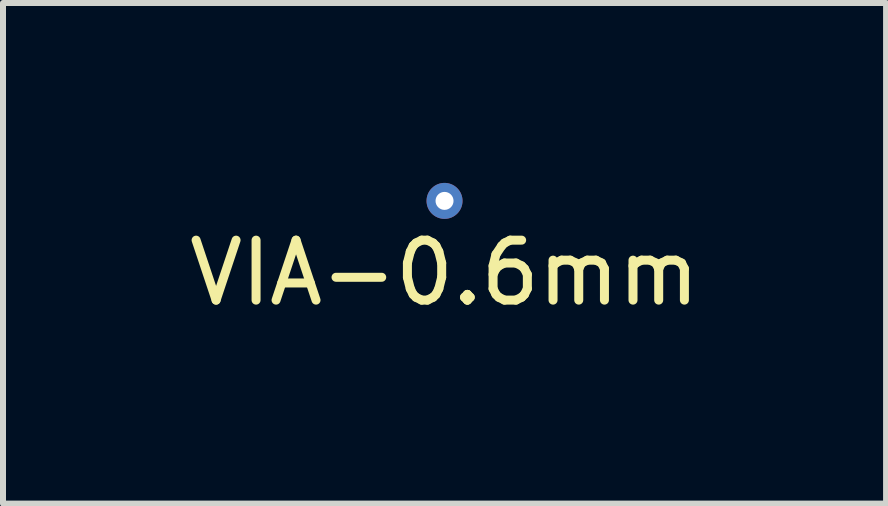
<source format=kicad_pcb>
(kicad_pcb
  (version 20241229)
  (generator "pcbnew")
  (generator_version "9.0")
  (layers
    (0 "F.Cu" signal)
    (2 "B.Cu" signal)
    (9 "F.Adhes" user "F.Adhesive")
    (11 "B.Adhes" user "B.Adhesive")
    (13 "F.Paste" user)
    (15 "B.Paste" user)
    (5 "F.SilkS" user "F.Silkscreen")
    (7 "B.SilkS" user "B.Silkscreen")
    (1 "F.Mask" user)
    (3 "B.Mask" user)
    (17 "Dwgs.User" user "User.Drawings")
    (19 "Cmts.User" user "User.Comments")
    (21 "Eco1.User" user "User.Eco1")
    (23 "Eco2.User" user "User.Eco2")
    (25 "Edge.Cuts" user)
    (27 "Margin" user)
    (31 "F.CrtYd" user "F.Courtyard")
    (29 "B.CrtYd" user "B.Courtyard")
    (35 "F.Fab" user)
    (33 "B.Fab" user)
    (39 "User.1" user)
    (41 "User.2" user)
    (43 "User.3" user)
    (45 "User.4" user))
  (footprint "VIA-0.6mm"
    (layer "F.Cu")
    (at 4.363 0.3)
    (property "Reference" "VIA-0.6mm" (at 0 1.2 0) (layer "F.SilkS") (effects (font (size 1 1) (thickness 0.15))))
    (attr through_hole)
    (pad "1" thru_hole circle (at 0 0) (size 0.6 0.6) (drill 0.3) (layers "*.Cu")))
  (gr_rect
    (start -3 -3)
    (end 11.726 5.348)
    (stroke (width 0.1) (type default))
    (fill no)
    (layer "Edge.Cuts")))
</source>
